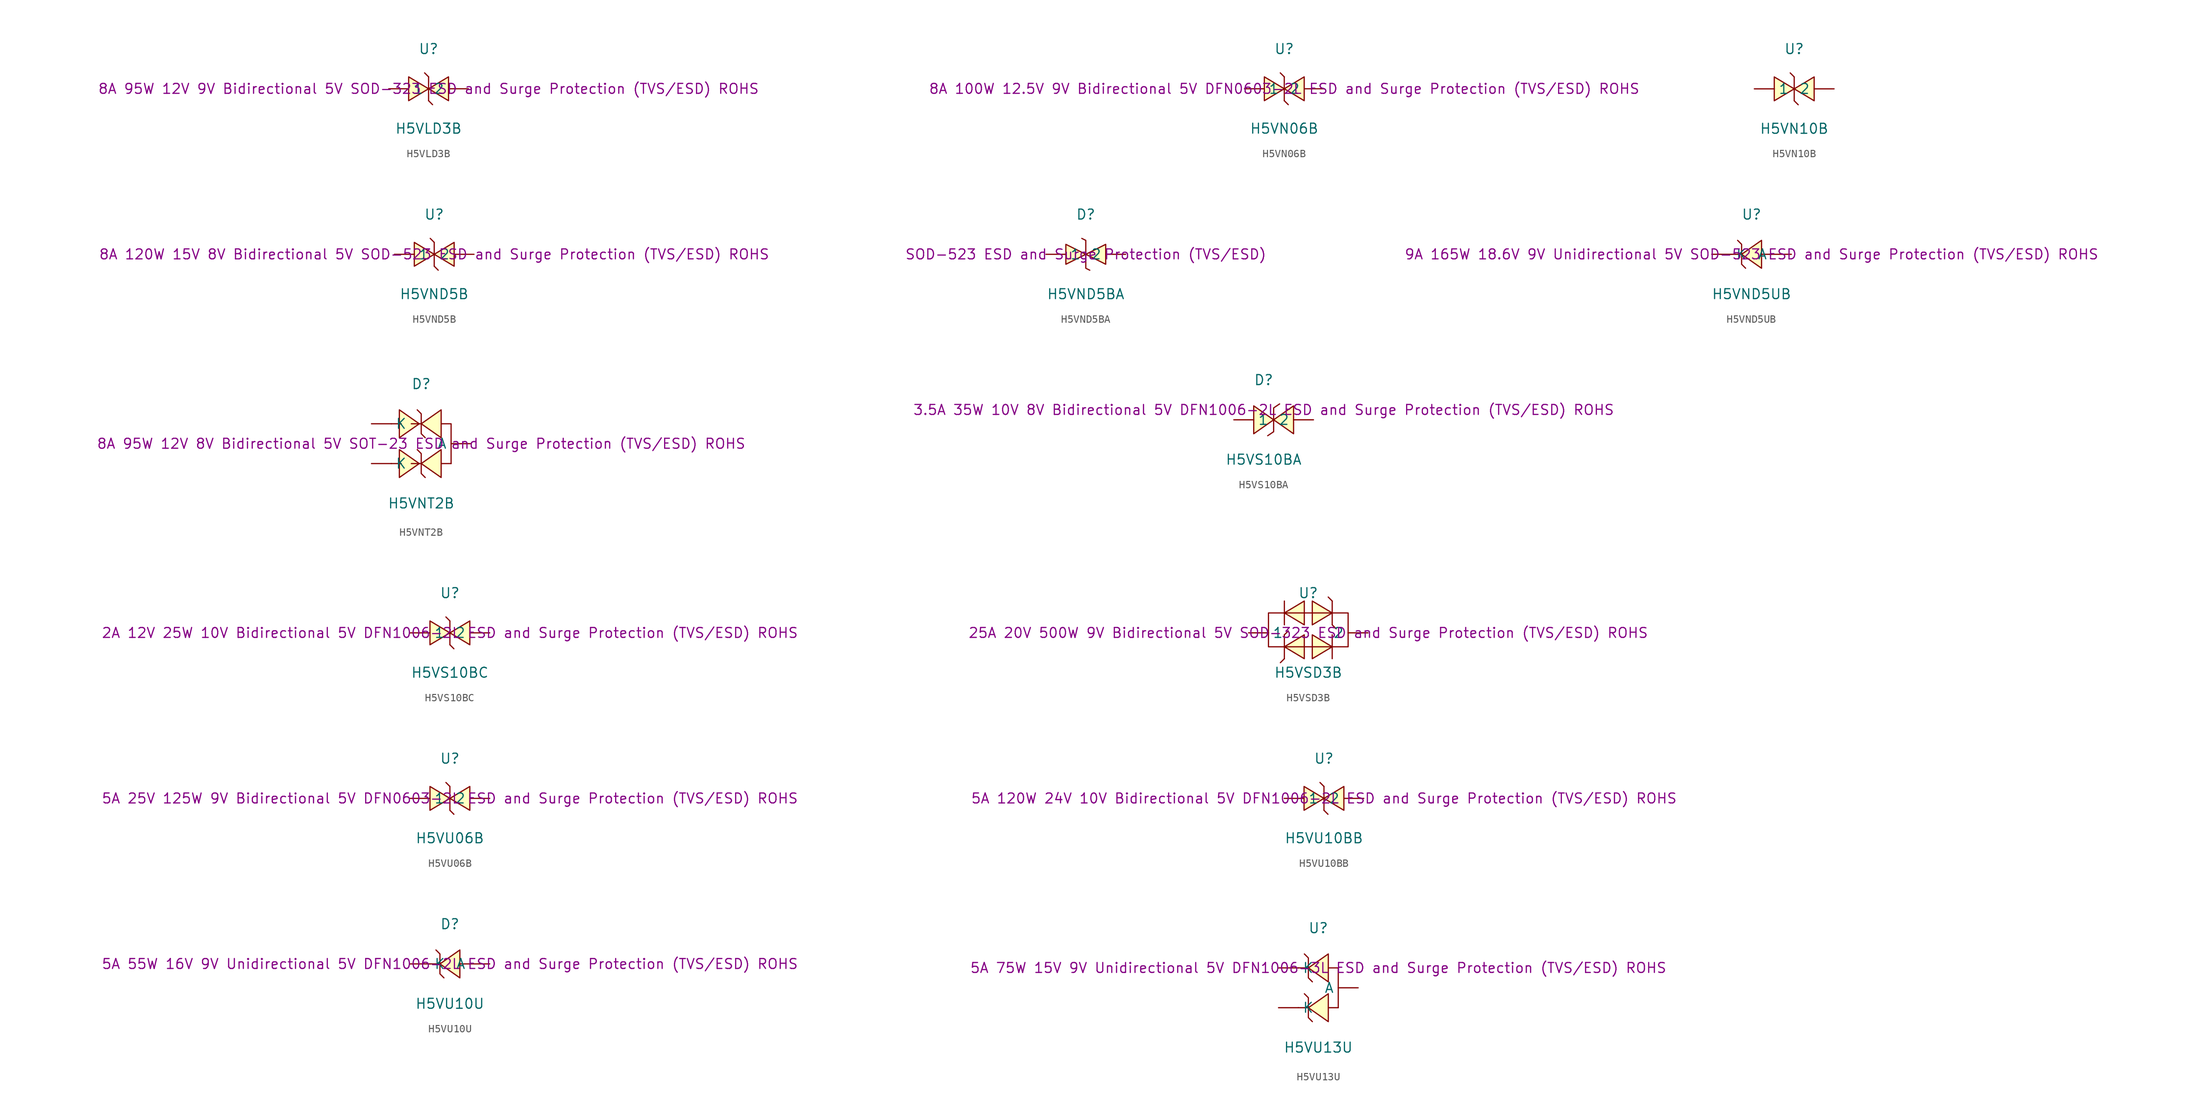
<source format=kicad_sym>
(kicad_symbol_lib
  (version 20241209)
  (generator "kicad_symbol_editor")
  (generator_version "9.0")
  (symbol "H5VLD3B"
    (pin_numbers
      (hide yes))
    (property "Reference" "U"
      (at 0 5.08 0)
      (effects (font (size 1.27 1.27))))
    (property "Value" "H5VLD3B"
      (at 0 -5.08 0)
      (effects (font (size 1.27 1.27))))
    (property "Description" "8A 95W 12V 9V Bidirectional 5V SOD-323 ESD and Surge Protection (TVS/ESD) ROHS"
      (at 0 0 0)
      (effects (font (size 1.27 1.27))))
    (symbol "H5VLD3B_0_1"
      (polyline (pts (xy -2.54 1.52) (xy 0 0) (xy -2.54 -1.52) (xy -2.54 1.52)) (stroke (width 0) (type default)) (fill (type background)))
      (polyline (pts (xy 0 1.52) (xy -0.51 2.03) (xy 0 1.52)) (stroke (width 0) (type default)) (fill (type background)))
      (polyline (pts (xy 0 -1.52) (xy 0 1.52)) (stroke (width 0) (type default)) (fill (type none)))
      (polyline (pts (xy 0 -1.52) (xy 0.51 -2.03) (xy 0 -1.52)) (stroke (width 0) (type default)) (fill (type background)))
      (polyline (pts (xy 2.54 1.52) (xy 0 0) (xy 2.54 -1.52) (xy 2.54 1.52)) (stroke (width 0) (type default)) (fill (type background)))
      (pin unspecified line (at -5.08 0 0) (length 2.54) (name "1" (effects (font (size 1.27 1.27)))) (number "1" (effects (font (size 1.27 1.27)))))
      (pin unspecified line (at 5.08 0 180) (length 2.54) (name "2" (effects (font (size 1.27 1.27)))) (number "2" (effects (font (size 1.27 1.27)))))))
  (symbol "H5VN06B"
    (pin_numbers
      (hide yes))
    (property "Reference" "U"
      (at 0 5.08 0)
      (effects (font (size 1.27 1.27))))
    (property "Value" "H5VN06B"
      (at 0 -5.08 0)
      (effects (font (size 1.27 1.27))))
    (property "Description" "8A 100W 12.5V 9V Bidirectional 5V DFN0603-2L ESD and Surge Protection (TVS/ESD) ROHS"
      (at 0 0 0)
      (effects (font (size 1.27 1.27))))
    (symbol "H5VN06B_0_1"
      (polyline (pts (xy -2.54 1.52) (xy 0 0) (xy -2.54 -1.52) (xy -2.54 1.52)) (stroke (width 0) (type default)) (fill (type background)))
      (polyline (pts (xy 0 1.52) (xy -0.51 2.03) (xy 0 1.52)) (stroke (width 0) (type default)) (fill (type background)))
      (polyline (pts (xy 0 -1.52) (xy 0 1.52)) (stroke (width 0) (type default)) (fill (type none)))
      (polyline (pts (xy 0 -1.52) (xy 0.51 -2.03) (xy 0 -1.52)) (stroke (width 0) (type default)) (fill (type background)))
      (polyline (pts (xy 2.54 1.52) (xy 0 0) (xy 2.54 -1.52) (xy 2.54 1.52)) (stroke (width 0) (type default)) (fill (type background)))
      (pin unspecified line (at -5.08 0 0) (length 2.54) (name "1" (effects (font (size 1.27 1.27)))) (number "1" (effects (font (size 1.27 1.27)))))
      (pin unspecified line (at 5.08 0 180) (length 2.54) (name "2" (effects (font (size 1.27 1.27)))) (number "2" (effects (font (size 1.27 1.27)))))))
  (symbol "H5VN10B"
    (pin_numbers
      (hide yes))
    (property "Reference" "U"
      (at 0 5.08 0)
      (effects (font (size 1.27 1.27))))
    (property "Value" "H5VN10B"
      (at 0 -5.08 0)
      (effects (font (size 1.27 1.27))))
    (symbol "H5VN10B_0_1"
      (polyline (pts (xy -2.54 1.52) (xy 0 0) (xy -2.54 -1.52) (xy -2.54 1.52)) (stroke (width 0) (type default)) (fill (type background)))
      (polyline (pts (xy 0 1.52) (xy -0.51 2.03) (xy 0 1.52)) (stroke (width 0) (type default)) (fill (type background)))
      (polyline (pts (xy 0 -1.52) (xy 0 1.52)) (stroke (width 0) (type default)) (fill (type none)))
      (polyline (pts (xy 0 -1.52) (xy 0.51 -2.03) (xy 0 -1.52)) (stroke (width 0) (type default)) (fill (type background)))
      (polyline (pts (xy 2.54 1.52) (xy 0 0) (xy 2.54 -1.52) (xy 2.54 1.52)) (stroke (width 0) (type default)) (fill (type background)))
      (pin unspecified line (at -5.08 0 0) (length 2.54) (name "1" (effects (font (size 1.27 1.27)))) (number "1" (effects (font (size 1.27 1.27)))))
      (pin unspecified line (at 5.08 0 180) (length 2.54) (name "2" (effects (font (size 1.27 1.27)))) (number "2" (effects (font (size 1.27 1.27)))))))
  (symbol "H5VND5B"
    (pin_numbers
      (hide yes))
    (property "Reference" "U"
      (at 0 5.08 0)
      (effects (font (size 1.27 1.27))))
    (property "Value" "H5VND5B"
      (at 0 -5.08 0)
      (effects (font (size 1.27 1.27))))
    (property "Description" "8A 120W 15V 8V Bidirectional 5V SOD-523 ESD and Surge Protection (TVS/ESD) ROHS"
      (at 0 0 0)
      (effects (font (size 1.27 1.27))))
    (symbol "H5VND5B_0_1"
      (polyline (pts (xy -2.54 1.52) (xy 0 0) (xy -2.54 -1.52) (xy -2.54 1.52)) (stroke (width 0) (type default)) (fill (type background)))
      (polyline (pts (xy 0 1.52) (xy -0.51 2.03) (xy 0 1.52)) (stroke (width 0) (type default)) (fill (type background)))
      (polyline (pts (xy 0 -1.52) (xy 0 1.52)) (stroke (width 0) (type default)) (fill (type none)))
      (polyline (pts (xy 0 -1.52) (xy 0.51 -2.03) (xy 0 -1.52)) (stroke (width 0) (type default)) (fill (type background)))
      (polyline (pts (xy 2.54 1.52) (xy 0 0) (xy 2.54 -1.52) (xy 2.54 1.52)) (stroke (width 0) (type default)) (fill (type background)))
      (pin unspecified line (at -5.08 0 0) (length 2.54) (name "1" (effects (font (size 1.27 1.27)))) (number "1" (effects (font (size 1.27 1.27)))))
      (pin unspecified line (at 5.08 0 180) (length 2.54) (name "2" (effects (font (size 1.27 1.27)))) (number "2" (effects (font (size 1.27 1.27)))))))
  (symbol "H5VND5BA"
    (pin_numbers
      (hide yes))
    (property "Reference" "D"
      (at 0 5.08 0)
      (effects (font (size 1.27 1.27))))
    (property "Value" "H5VND5BA"
      (at 0 -5.08 0)
      (effects (font (size 1.27 1.27))))
    (property "Description" "SOD-523 ESD and Surge Protection (TVS/ESD)"
      (at 0 0 0)
      (effects (font (size 1.27 1.27))))
    (symbol "H5VND5BA_0_1"
      (polyline (pts (xy -2.54 1.27) (xy 0 0) (xy -2.54 -1.27) (xy -2.54 1.27)) (stroke (width 0) (type default)) (fill (type background)))
      (polyline (pts (xy -0.51 2.03) (xy 0 1.78) (xy 0 -1.78) (xy 0.51 -2.03)) (stroke (width 0) (type default)) (fill (type none)))
      (polyline (pts (xy 2.54 1.27) (xy 0 0) (xy 2.54 -1.27) (xy 2.54 1.27)) (stroke (width 0) (type default)) (fill (type background)))
      (pin unspecified line (at -5.08 0 0) (length 2.54) (name "1" (effects (font (size 1.27 1.27)))) (number "1" (effects (font (size 1.27 1.27)))))
      (pin unspecified line (at 5.08 0 180) (length 2.54) (name "2" (effects (font (size 1.27 1.27)))) (number "2" (effects (font (size 1.27 1.27)))))))
  (symbol "H5VND5UB"
    (pin_numbers
      (hide yes))
    (property "Reference" "U"
      (at 0 5.08 0)
      (effects (font (size 1.27 1.27))))
    (property "Value" "H5VND5UB"
      (at 0 -5.08 0)
      (effects (font (size 1.27 1.27))))
    (property "Description" "9A 165W 18.6V 9V Unidirectional 5V SOD-523 ESD and Surge Protection (TVS/ESD) ROHS"
      (at 0 0 0)
      (effects (font (size 1.27 1.27))))
    (symbol "H5VND5UB_0_1"
      (polyline (pts (xy -1.78 1.78) (xy -1.27 1.27) (xy -1.27 -1.27) (xy -0.76 -1.78)) (stroke (width 0) (type default)) (fill (type none)))
      (polyline (pts (xy -1.27 0) (xy -2.54 0)) (stroke (width 0) (type default)) (fill (type none)))
      (polyline (pts (xy 1.27 1.78) (xy -1.27 0) (xy 1.27 -1.78) (xy 1.27 1.78)) (stroke (width 0) (type default)) (fill (type background)))
      (polyline (pts (xy 2.54 0) (xy 1.27 0)) (stroke (width 0) (type default)) (fill (type none)))
      (pin unspecified line (at -5.08 0 0) (length 2.54) (name "K" (effects (font (size 1.27 1.27)))) (number "1" (effects (font (size 1.27 1.27)))))
      (pin unspecified line (at 5.08 0 180) (length 2.54) (name "A" (effects (font (size 1.27 1.27)))) (number "2" (effects (font (size 1.27 1.27)))))))
  (symbol "H5VNT2B"
    (pin_numbers
      (hide yes))
    (property "Reference" "D"
      (at 0 7.62 0)
      (effects (font (size 1.27 1.27))))
    (property "Value" "H5VNT2B"
      (at 0 -7.62 0)
      (effects (font (size 1.27 1.27))))
    (property "Description" "8A 95W 12V 8V Bidirectional 5V SOT-23 ESD and Surge Protection (TVS/ESD) ROHS"
      (at 0 0 0)
      (effects (font (size 1.27 1.27))))
    (symbol "H5VNT2B_0_1"
      (polyline (pts (xy -2.79 0.76) (xy -0.25 2.54) (xy -2.79 4.32) (xy -2.79 0.76)) (stroke (width 0) (type default)) (fill (type background)))
      (polyline (pts (xy -2.79 -4.32) (xy -0.25 -2.54) (xy -2.79 -0.76) (xy -2.79 -4.32)) (stroke (width 0) (type default)) (fill (type background)))
      (polyline (pts (xy -2.54 2.54) (xy -3.81 2.54)) (stroke (width 0) (type default)) (fill (type none)))
      (polyline (pts (xy -2.54 -2.54) (xy -3.81 -2.54)) (stroke (width 0) (type default)) (fill (type none)))
      (polyline (pts (xy -0.51 4.32) (xy 0 3.81) (xy 0 1.27) (xy 0.51 0.76)) (stroke (width 0) (type default)) (fill (type none)))
      (polyline (pts (xy -0.51 -0.76) (xy 0 -1.27) (xy 0 -3.81) (xy 0.51 -4.32)) (stroke (width 0) (type default)) (fill (type none)))
      (polyline (pts (xy 0 2.54) (xy -1.27 2.54)) (stroke (width 0) (type default)) (fill (type none)))
      (polyline (pts (xy 0 -2.54) (xy -1.27 -2.54)) (stroke (width 0) (type default)) (fill (type none)))
      (polyline (pts (xy 2.54 4.32) (xy 0 2.54) (xy 2.54 0.76) (xy 2.54 4.32)) (stroke (width 0) (type default)) (fill (type background)))
      (polyline (pts (xy 2.54 -0.76) (xy 0 -2.54) (xy 2.54 -4.32) (xy 2.54 -0.76)) (stroke (width 0) (type default)) (fill (type background)))
      (polyline (pts (xy 3.81 -2.54) (xy 2.54 -2.54)) (stroke (width 0) (type default)) (fill (type none)))
      (polyline (pts (xy 3.81 -2.54) (xy 3.81 2.54) (xy 2.54 2.54)) (stroke (width 0) (type default)) (fill (type none)))
      (pin unspecified line (at -6.35 2.54 0) (length 2.54) (name "K" (effects (font (size 1.27 1.27)))) (number "1" (effects (font (size 1.27 1.27)))))
      (pin unspecified line (at -6.35 -2.54 0) (length 2.54) (name "K" (effects (font (size 1.27 1.27)))) (number "2" (effects (font (size 1.27 1.27)))))
      (pin unspecified line (at 6.35 0 180) (length 2.54) (name "A" (effects (font (size 1.27 1.27)))) (number "3" (effects (font (size 1.27 1.27)))))))
  (symbol "H5VS10BA"
    (pin_numbers
      (hide yes))
    (property "Reference" "D"
      (at 0 3.81 0)
      (effects (font (size 1.27 1.27))))
    (property "Value" "H5VS10BA"
      (at 0 -6.35 0)
      (effects (font (size 1.27 1.27))))
    (property "Description" "3.5A 35W 10V 8V Bidirectional 5V DFN1006-2L ESD and Surge Protection (TVS/ESD) ROHS"
      (at 0 0 0)
      (effects (font (size 1.27 1.27))))
    (symbol "H5VS10BA_0_1"
      (polyline (pts (xy -1.27 -3.05) (xy 1.27 -1.27) (xy -1.27 0.51) (xy -1.27 -3.05)) (stroke (width 0) (type default)) (fill (type background)))
      (polyline (pts (xy 2.03 0.76) (xy 1.27 0.25) (xy 1.27 -2.79) (xy 0.51 -3.3)) (stroke (width 0) (type default)) (fill (type none)))
      (polyline (pts (xy 3.81 0.51) (xy 1.27 -1.27) (xy 3.81 -3.05) (xy 3.81 0.51)) (stroke (width 0) (type default)) (fill (type background)))
      (pin unspecified line (at -3.81 -1.27 0) (length 2.54) (name "1" (effects (font (size 1.27 1.27)))) (number "1" (effects (font (size 1.27 1.27)))))
      (pin unspecified line (at 6.35 -1.27 180) (length 2.54) (name "2" (effects (font (size 1.27 1.27)))) (number "2" (effects (font (size 1.27 1.27)))))))
  (symbol "H5VS10BC"
    (pin_numbers
      (hide yes))
    (property "Reference" "U"
      (at 0 5.08 0)
      (effects (font (size 1.27 1.27))))
    (property "Value" "H5VS10BC"
      (at 0 -5.08 0)
      (effects (font (size 1.27 1.27))))
    (property "Description" "2A 12V 25W 10V Bidirectional 5V DFN1006-2L ESD and Surge Protection (TVS/ESD) ROHS"
      (at 0 0 0)
      (effects (font (size 1.27 1.27))))
    (symbol "H5VS10BC_0_1"
      (polyline (pts (xy -2.54 1.52) (xy 0 0) (xy -2.54 -1.52) (xy -2.54 1.52)) (stroke (width 0) (type default)) (fill (type background)))
      (polyline (pts (xy 0 1.52) (xy -0.51 2.03) (xy 0 1.52)) (stroke (width 0) (type default)) (fill (type background)))
      (polyline (pts (xy 0 -1.52) (xy 0 1.52)) (stroke (width 0) (type default)) (fill (type none)))
      (polyline (pts (xy 0 -1.52) (xy 0.51 -2.03) (xy 0 -1.52)) (stroke (width 0) (type default)) (fill (type background)))
      (polyline (pts (xy 2.54 1.52) (xy 0 0) (xy 2.54 -1.52) (xy 2.54 1.52)) (stroke (width 0) (type default)) (fill (type background)))
      (pin unspecified line (at -5.08 0 0) (length 2.54) (name "1" (effects (font (size 1.27 1.27)))) (number "1" (effects (font (size 1.27 1.27)))))
      (pin unspecified line (at 5.08 0 180) (length 2.54) (name "2" (effects (font (size 1.27 1.27)))) (number "2" (effects (font (size 1.27 1.27)))))))
  (symbol "H5VSD3B"
    (pin_numbers
      (hide yes))
    (property "Reference" "U"
      (at 0 5.08 0)
      (effects (font (size 1.27 1.27))))
    (property "Value" "H5VSD3B"
      (at 0 -5.08 0)
      (effects (font (size 1.27 1.27))))
    (property "Description" "25A 20V 500W 9V Bidirectional 5V SOD-323 ESD and Surge Protection (TVS/ESD) ROHS"
      (at 0 0 0)
      (effects (font (size 1.27 1.27))))
    (symbol "H5VSD3B_0_1"
      (polyline (pts (xy -5.08 0) (xy -5.08 -1.78) (xy 5.08 -1.78) (xy 5.08 0)) (stroke (width 0) (type default)) (fill (type none)))
      (polyline (pts (xy -3.05 1.02) (xy -3.05 4.06)) (stroke (width 0) (type default)) (fill (type none)))
      (polyline (pts (xy -3.05 -0.25) (xy -2.54 0.25) (xy -3.05 -0.25)) (stroke (width 0) (type default)) (fill (type background)))
      (polyline (pts (xy -3.05 -3.3) (xy -3.05 -0.25)) (stroke (width 0) (type default)) (fill (type none)))
      (polyline (pts (xy -3.05 -3.3) (xy -3.56 -3.81) (xy -3.05 -3.3)) (stroke (width 0) (type default)) (fill (type background)))
      (polyline (pts (xy -0.51 4.06) (xy -3.05 2.54) (xy -0.51 1.02) (xy -0.51 4.06)) (stroke (width 0) (type default)) (fill (type background)))
      (polyline (pts (xy -0.51 -0.25) (xy -3.05 -1.78) (xy -0.51 -3.3) (xy -0.51 -0.25)) (stroke (width 0) (type default)) (fill (type background)))
      (polyline (pts (xy 0.51 4.06) (xy 3.05 2.54) (xy 0.51 1.02) (xy 0.51 4.06)) (stroke (width 0) (type default)) (fill (type background)))
      (polyline (pts (xy 0.51 -0.25) (xy 3.05 -1.78) (xy 0.51 -3.3) (xy 0.51 -0.25)) (stroke (width 0) (type default)) (fill (type background)))
      (polyline (pts (xy 3.05 4.06) (xy 2.54 4.57) (xy 3.05 4.06)) (stroke (width 0) (type default)) (fill (type background)))
      (polyline (pts (xy 3.05 1.02) (xy 3.05 4.06)) (stroke (width 0) (type default)) (fill (type none)))
      (polyline (pts (xy 3.05 1.02) (xy 3.56 0.51) (xy 3.05 1.02)) (stroke (width 0) (type default)) (fill (type background)))
      (polyline (pts (xy 3.05 -3.3) (xy 3.05 -0.25)) (stroke (width 0) (type default)) (fill (type none)))
      (polyline (pts (xy 5.08 0) (xy 5.08 2.54) (xy -5.08 2.54) (xy -5.08 0)) (stroke (width 0) (type default)) (fill (type none)))
      (pin unspecified line (at -7.62 0 0) (length 2.54) (name "1" (effects (font (size 1.27 1.27)))) (number "1" (effects (font (size 1.27 1.27)))))
      (pin unspecified line (at 7.62 0 180) (length 2.54) (name "2" (effects (font (size 1.27 1.27)))) (number "2" (effects (font (size 1.27 1.27)))))))
  (symbol "H5VU06B"
    (pin_numbers
      (hide yes))
    (property "Reference" "U"
      (at 0 5.08 0)
      (effects (font (size 1.27 1.27))))
    (property "Value" "H5VU06B"
      (at 0 -5.08 0)
      (effects (font (size 1.27 1.27))))
    (property "Description" "5A 25V 125W 9V Bidirectional 5V DFN0603-2L ESD and Surge Protection (TVS/ESD) ROHS"
      (at 0 0 0)
      (effects (font (size 1.27 1.27))))
    (symbol "H5VU06B_0_1"
      (polyline (pts (xy -2.54 1.52) (xy 0 0) (xy -2.54 -1.52) (xy -2.54 1.52)) (stroke (width 0) (type default)) (fill (type background)))
      (polyline (pts (xy 0 1.52) (xy -0.51 2.03) (xy 0 1.52)) (stroke (width 0) (type default)) (fill (type background)))
      (polyline (pts (xy 0 -1.52) (xy 0 1.52)) (stroke (width 0) (type default)) (fill (type none)))
      (polyline (pts (xy 0 -1.52) (xy 0.51 -2.03) (xy 0 -1.52)) (stroke (width 0) (type default)) (fill (type background)))
      (polyline (pts (xy 2.54 1.52) (xy 0 0) (xy 2.54 -1.52) (xy 2.54 1.52)) (stroke (width 0) (type default)) (fill (type background)))
      (pin unspecified line (at -5.08 0 0) (length 2.54) (name "1" (effects (font (size 1.27 1.27)))) (number "1" (effects (font (size 1.27 1.27)))))
      (pin unspecified line (at 5.08 0 180) (length 2.54) (name "2" (effects (font (size 1.27 1.27)))) (number "2" (effects (font (size 1.27 1.27)))))))
  (symbol "H5VU10BB"
    (pin_numbers
      (hide yes))
    (property "Reference" "U"
      (at 0 5.08 0)
      (effects (font (size 1.27 1.27))))
    (property "Value" "H5VU10BB"
      (at 0 -5.08 0)
      (effects (font (size 1.27 1.27))))
    (property "Description" "5A 120W 24V 10V Bidirectional 5V DFN1006-2L ESD and Surge Protection (TVS/ESD) ROHS"
      (at 0 0 0)
      (effects (font (size 1.27 1.27))))
    (symbol "H5VU10BB_0_1"
      (polyline (pts (xy -2.54 1.52) (xy 0 0) (xy -2.54 -1.52) (xy -2.54 1.52)) (stroke (width 0) (type default)) (fill (type background)))
      (polyline (pts (xy 0 1.52) (xy -0.51 2.03) (xy 0 1.52)) (stroke (width 0) (type default)) (fill (type background)))
      (polyline (pts (xy 0 -1.52) (xy 0 1.52)) (stroke (width 0) (type default)) (fill (type none)))
      (polyline (pts (xy 0 -1.52) (xy 0.51 -2.03) (xy 0 -1.52)) (stroke (width 0) (type default)) (fill (type background)))
      (polyline (pts (xy 2.54 1.52) (xy 0 0) (xy 2.54 -1.52) (xy 2.54 1.52)) (stroke (width 0) (type default)) (fill (type background)))
      (pin unspecified line (at -5.08 0 0) (length 2.54) (name "1" (effects (font (size 1.27 1.27)))) (number "1" (effects (font (size 1.27 1.27)))))
      (pin unspecified line (at 5.08 0 180) (length 2.54) (name "2" (effects (font (size 1.27 1.27)))) (number "2" (effects (font (size 1.27 1.27)))))))
  (symbol "H5VU10U"
    (pin_numbers
      (hide yes))
    (property "Reference" "D"
      (at 0 5.08 0)
      (effects (font (size 1.27 1.27))))
    (property "Value" "H5VU10U"
      (at 0 -5.08 0)
      (effects (font (size 1.27 1.27))))
    (property "Description" "5A 55W 16V 9V Unidirectional 5V DFN1006-2L ESD and Surge Protection (TVS/ESD) ROHS"
      (at 0 0 0)
      (effects (font (size 1.27 1.27))))
    (symbol "H5VU10U_0_1"
      (polyline (pts (xy -1.78 1.78) (xy -1.27 1.27) (xy -1.27 -1.27) (xy -0.76 -1.78)) (stroke (width 0) (type default)) (fill (type none)))
      (polyline (pts (xy -1.27 0) (xy -2.54 0)) (stroke (width 0) (type default)) (fill (type none)))
      (polyline (pts (xy 1.27 1.78) (xy -1.27 0) (xy 1.27 -1.78) (xy 1.27 1.78)) (stroke (width 0) (type default)) (fill (type background)))
      (polyline (pts (xy 2.54 0) (xy 1.27 0)) (stroke (width 0) (type default)) (fill (type none)))
      (pin unspecified line (at -5.08 0 0) (length 2.54) (name "K" (effects (font (size 1.27 1.27)))) (number "1" (effects (font (size 1.27 1.27)))))
      (pin unspecified line (at 5.08 0 180) (length 2.54) (name "A" (effects (font (size 1.27 1.27)))) (number "2" (effects (font (size 1.27 1.27)))))))
  (symbol "H5VU13U"
    (pin_numbers
      (hide yes))
    (property "Reference" "U"
      (at 0 5.08 0)
      (effects (font (size 1.27 1.27))))
    (property "Value" "H5VU13U"
      (at 0 -10.16 0)
      (effects (font (size 1.27 1.27))))
    (property "Description" "5A 75W 15V 9V Unidirectional 5V DFN1006-3L ESD and Surge Protection (TVS/ESD) ROHS"
      (at 0 0 0)
      (effects (font (size 1.27 1.27))))
    (symbol "H5VU13U_0_1"
      (polyline (pts (xy -1.78 1.78) (xy -1.27 1.27) (xy -1.27 -1.27) (xy -0.76 -1.78)) (stroke (width 0) (type default)) (fill (type none)))
      (polyline (pts (xy -1.78 -3.3) (xy -1.27 -3.81) (xy -1.27 -6.35) (xy -0.76 -6.86)) (stroke (width 0) (type default)) (fill (type none)))
      (polyline (pts (xy -1.27 0) (xy -2.54 0)) (stroke (width 0) (type default)) (fill (type none)))
      (polyline (pts (xy -1.27 -5.08) (xy -2.54 -5.08)) (stroke (width 0) (type default)) (fill (type none)))
      (polyline (pts (xy 1.27 1.78) (xy -1.27 0) (xy 1.27 -1.78) (xy 1.27 1.78)) (stroke (width 0) (type default)) (fill (type background)))
      (polyline (pts (xy 1.27 -3.3) (xy -1.27 -5.08) (xy 1.27 -6.86) (xy 1.27 -3.3)) (stroke (width 0) (type default)) (fill (type background)))
      (polyline (pts (xy 2.54 -5.08) (xy 1.27 -5.08)) (stroke (width 0) (type default)) (fill (type none)))
      (polyline (pts (xy 2.54 -5.08) (xy 2.54 0) (xy 1.27 0)) (stroke (width 0) (type default)) (fill (type none)))
      (pin unspecified line (at -5.08 0 0) (length 2.54) (name "K" (effects (font (size 1.27 1.27)))) (number "1" (effects (font (size 1.27 1.27)))))
      (pin unspecified line (at -5.08 -5.08 0) (length 2.54) (name "K" (effects (font (size 1.27 1.27)))) (number "2" (effects (font (size 1.27 1.27)))))
      (pin unspecified line (at 5.08 -2.54 180) (length 2.54) (name "A" (effects (font (size 1.27 1.27)))) (number "3" (effects (font (size 1.27 1.27))))))))
</source>
